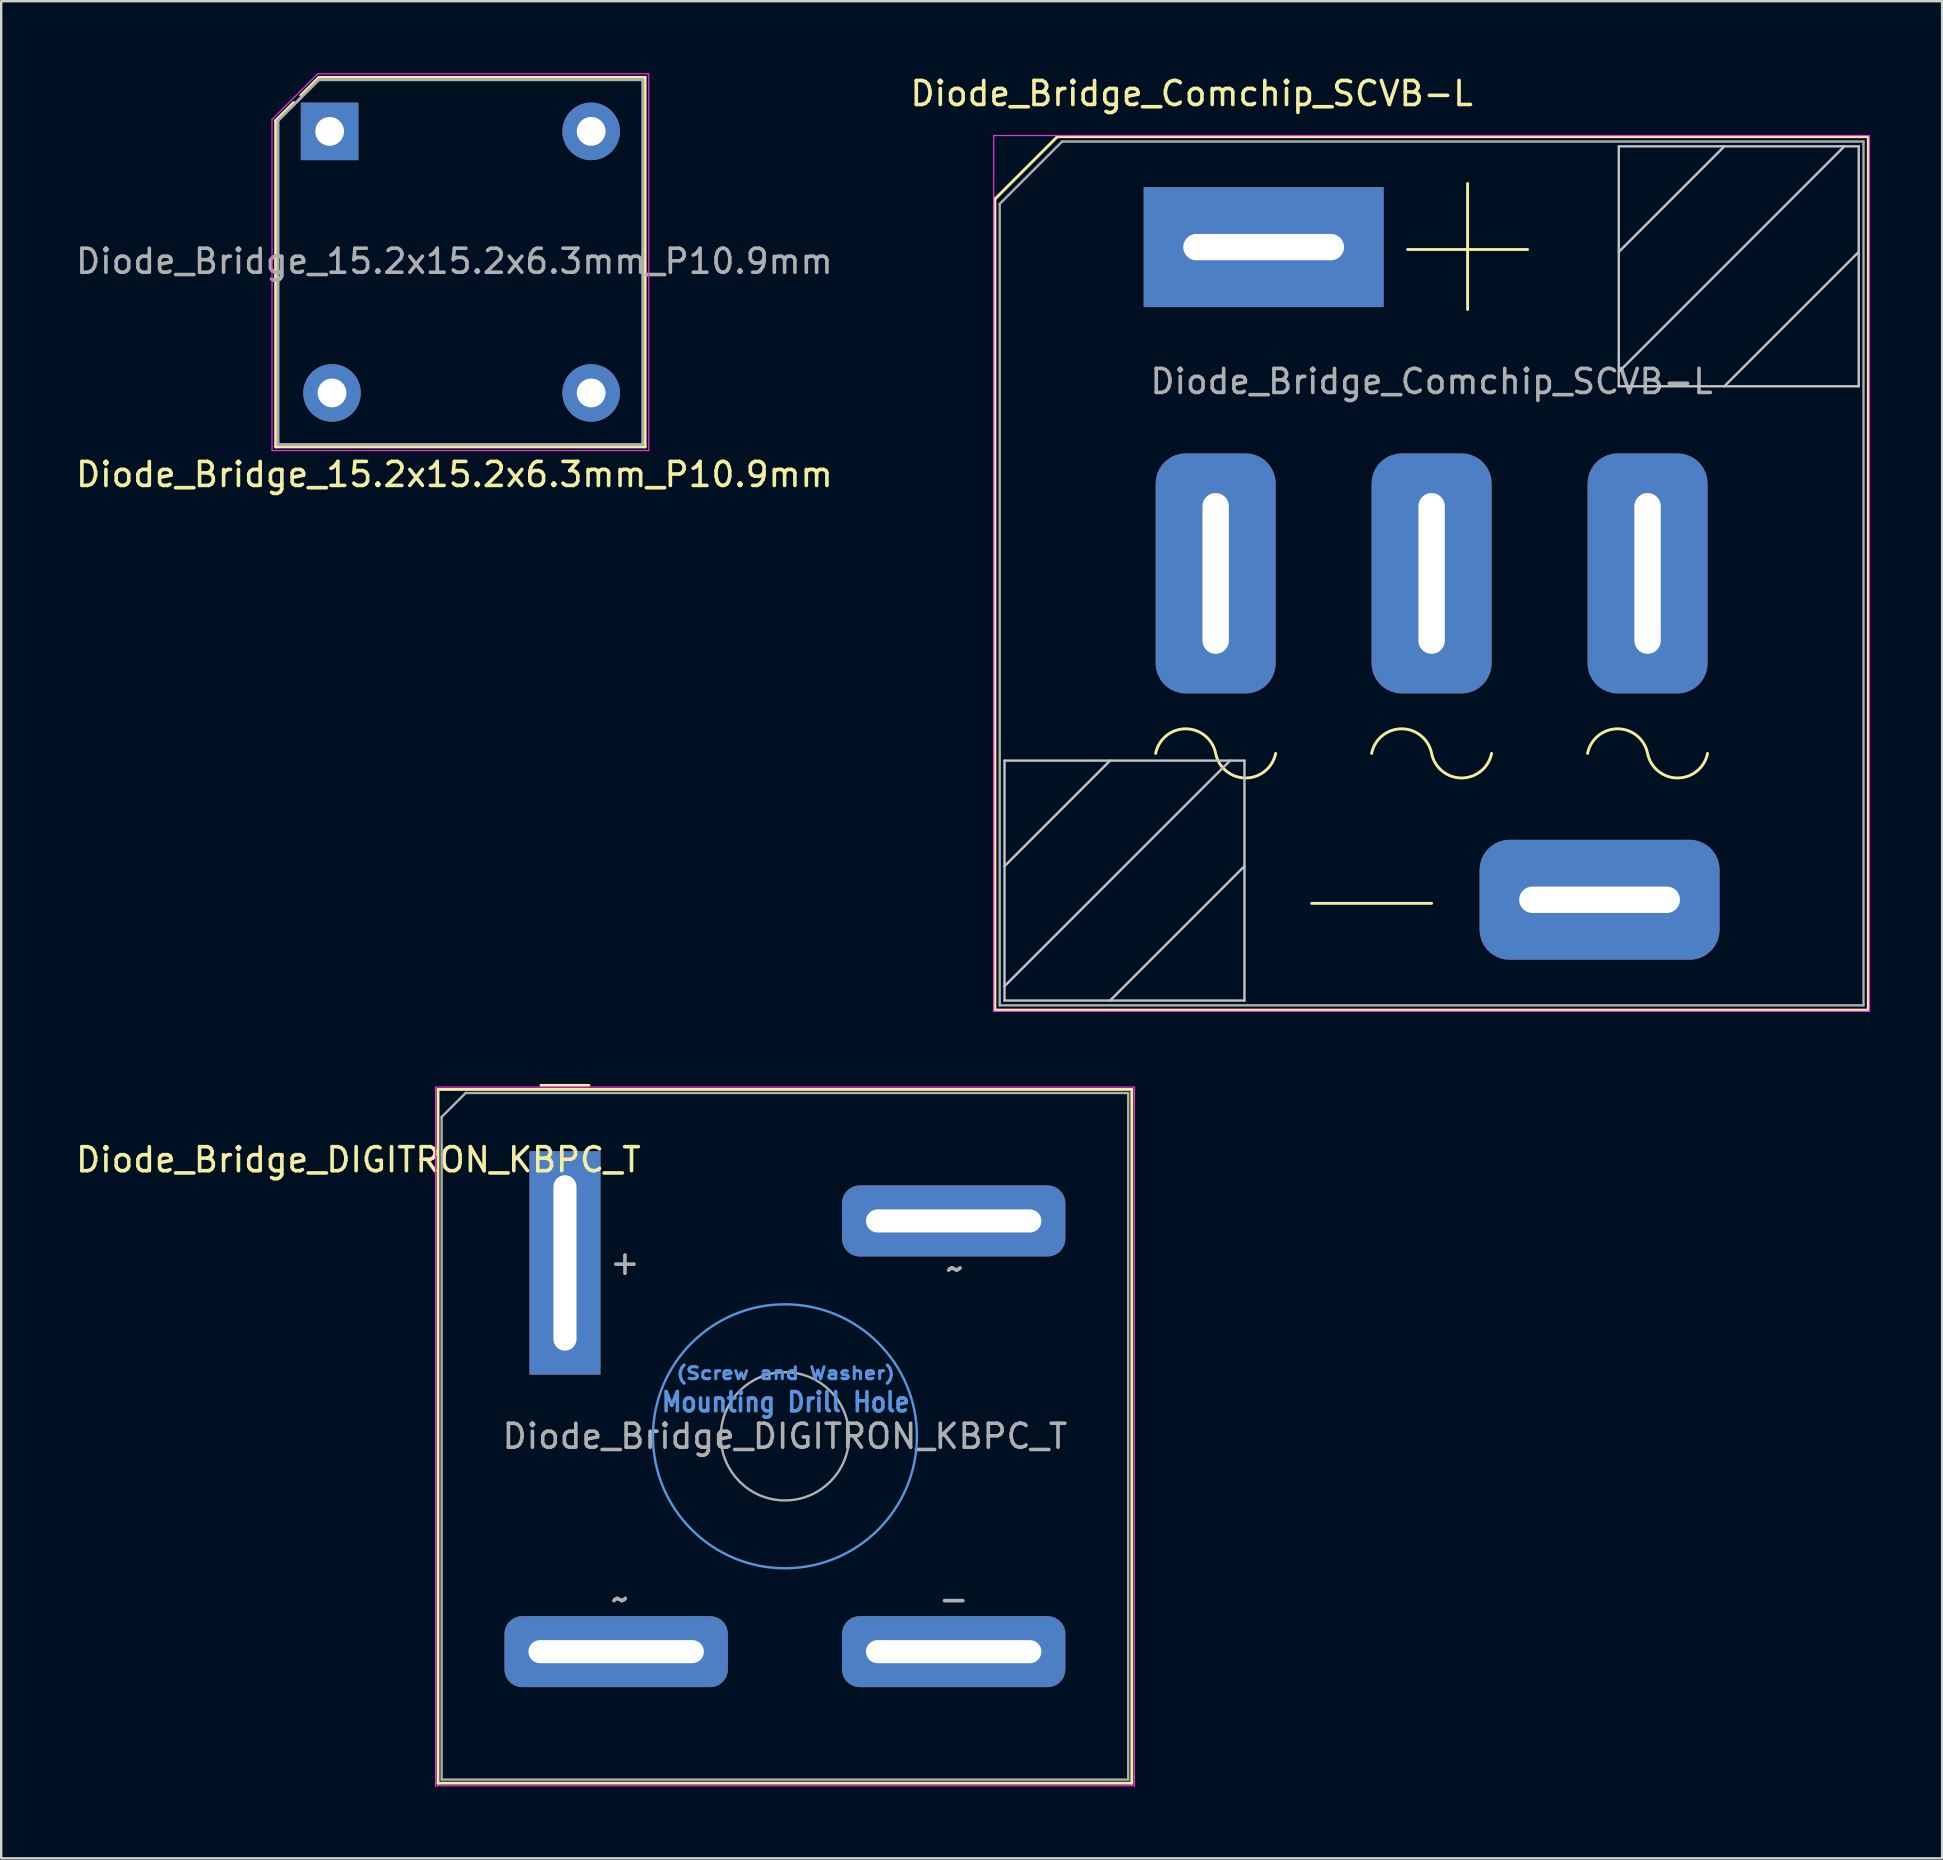
<source format=kicad_pcb>
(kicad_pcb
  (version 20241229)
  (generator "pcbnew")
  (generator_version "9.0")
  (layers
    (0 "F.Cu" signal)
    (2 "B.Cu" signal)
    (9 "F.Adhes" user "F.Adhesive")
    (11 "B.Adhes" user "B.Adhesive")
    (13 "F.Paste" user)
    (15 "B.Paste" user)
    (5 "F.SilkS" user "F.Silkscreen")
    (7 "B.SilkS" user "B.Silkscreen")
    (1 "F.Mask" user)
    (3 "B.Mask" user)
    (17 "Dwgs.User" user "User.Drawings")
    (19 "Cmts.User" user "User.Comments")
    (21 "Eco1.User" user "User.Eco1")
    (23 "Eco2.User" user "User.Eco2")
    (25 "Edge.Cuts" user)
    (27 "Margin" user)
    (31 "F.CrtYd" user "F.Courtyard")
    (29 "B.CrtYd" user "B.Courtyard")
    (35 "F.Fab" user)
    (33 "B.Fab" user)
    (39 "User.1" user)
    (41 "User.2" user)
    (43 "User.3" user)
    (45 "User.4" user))
  (footprint "Diode_Bridge_Comchip_SCVB-L"
    (layer "F.Cu")
    (at 49.613 7.248)
    (property "Reference" "Diode_Bridge_Comchip_SCVB-L" (at -3 -6.4 0) (layer "F.SilkS") (effects (font (size 1 1) (thickness 0.15))))
    (attr through_hole)
    (fp_line (start -11.2 -2) (end -11.2 31.8) (stroke (width 0.12) (type solid)) (layer "F.SilkS"))
    (fp_line (start -11.2 31.8) (end 25.2 31.8) (stroke (width 0.12) (type solid)) (layer "F.SilkS"))
    (fp_line (start -8.6 -4.6) (end -11.2 -2) (stroke (width 0.12) (type solid)) (layer "F.SilkS"))
    (fp_line (start 7 27.35) (end 2 27.35) (stroke (width 0.12) (type solid)) (layer "F.SilkS"))
    (fp_line (start 8.5 2.6) (end 8.5 -2.65) (stroke (width 0.12) (type solid)) (layer "F.SilkS"))
    (fp_line (start 11 0.1) (end 6 0.1) (stroke (width 0.12) (type solid)) (layer "F.SilkS"))
    (fp_line (start 25.2 -4.6) (end -8.6 -4.6) (stroke (width 0.12) (type solid)) (layer "F.SilkS"))
    (fp_line (start 25.2 -4.6) (end 25.2 31.8) (stroke (width 0.12) (type solid)) (layer "F.SilkS"))
    (fp_arc (start -4.499999 21.100001) (mid -3.250001 20.075246) (end -2.000001 21.099999) (stroke (width 0.12) (type solid)) (layer "F.SilkS"))
    (fp_arc (start 0.499999 21.099999) (mid -0.719674 22.124393) (end -1.986693 21.159174) (stroke (width 0.12) (type solid)) (layer "F.SilkS"))
    (fp_arc (start 4.500002 21.100002) (mid 5.75 20.075247) (end 7 21.1) (stroke (width 0.12) (type solid)) (layer "F.SilkS"))
    (fp_arc (start 9.5 21.1) (mid 8.280327 22.124394) (end 7.013308 21.159175) (stroke (width 0.12) (type solid)) (layer "F.SilkS"))
    (fp_arc (start 13.500002 21.100002) (mid 14.75 20.075247) (end 16 21.1) (stroke (width 0.12) (type solid)) (layer "F.SilkS"))
    (fp_arc (start 18.5 21.1) (mid 17.280327 22.124394) (end 16.013308 21.159175) (stroke (width 0.12) (type solid)) (layer "F.SilkS"))
    (fp_line (start -10.8 21.4) (end -0.8 21.4) (stroke (width 0.1) (type solid)) (layer "Dwgs.User"))
    (fp_line (start -10.8 25.8) (end -6.4 21.4) (stroke (width 0.1) (type solid)) (layer "Dwgs.User"))
    (fp_line (start -10.8 30.8) (end -1.4 21.4) (stroke (width 0.1) (type solid)) (layer "Dwgs.User"))
    (fp_line (start -10.8 31.4) (end -10.8 21.4) (stroke (width 0.1) (type solid)) (layer "Dwgs.User"))
    (fp_line (start -6.4 31.4) (end -0.8 25.8) (stroke (width 0.1) (type solid)) (layer "Dwgs.User"))
    (fp_line (start -0.8 21.4) (end -0.8 31.4) (stroke (width 0.1) (type solid)) (layer "Dwgs.User"))
    (fp_line (start -0.8 31.4) (end -10.8 31.4) (stroke (width 0.1) (type solid)) (layer "Dwgs.User"))
    (fp_line (start 14.8 -4.2) (end 24.8 -4.2) (stroke (width 0.1) (type solid)) (layer "Dwgs.User"))
    (fp_line (start 14.8 0.2) (end 19.2 -4.2) (stroke (width 0.1) (type solid)) (layer "Dwgs.User"))
    (fp_line (start 14.8 5.2) (end 24.2 -4.2) (stroke (width 0.1) (type solid)) (layer "Dwgs.User"))
    (fp_line (start 14.8 5.8) (end 14.8 -4.2) (stroke (width 0.1) (type solid)) (layer "Dwgs.User"))
    (fp_line (start 19.2 5.8) (end 24.8 0.2) (stroke (width 0.1) (type solid)) (layer "Dwgs.User"))
    (fp_line (start 24.8 -4.2) (end 24.8 5.8) (stroke (width 0.1) (type solid)) (layer "Dwgs.User"))
    (fp_line (start 24.8 5.8) (end 14.8 5.8) (stroke (width 0.1) (type solid)) (layer "Dwgs.User"))
    (fp_line (start -11.25 -4.65) (end 25.25 -4.65) (stroke (width 0.05) (type solid)) (layer "F.CrtYd"))
    (fp_line (start -11.25 31.85) (end -11.25 -4.65) (stroke (width 0.05) (type solid)) (layer "F.CrtYd"))
    (fp_line (start 25.25 -4.65) (end 25.25 31.85) (stroke (width 0.05) (type solid)) (layer "F.CrtYd"))
    (fp_line (start 25.25 31.85) (end -11.25 31.85) (stroke (width 0.05) (type solid)) (layer "F.CrtYd"))
    (fp_line (start -11 31.6) (end -11 -1.8) (stroke (width 0.1) (type solid)) (layer "F.Fab"))
    (fp_line (start -8.4 -4.4) (end -11 -1.8) (stroke (width 0.1) (type solid)) (layer "F.Fab"))
    (fp_line (start -8.4 -4.4) (end 25 -4.4) (stroke (width 0.1) (type solid)) (layer "F.Fab"))
    (fp_line (start 25 -4.4) (end 25 31.6) (stroke (width 0.1) (type solid)) (layer "F.Fab"))
    (fp_line (start 25 31.6) (end -11 31.6) (stroke (width 0.1) (type solid)) (layer "F.Fab"))
    (fp_text user "${REFERENCE}" (at 7 5.6 0) (layer "F.Fab") (effects (font (size 1 1) (thickness 0.15))))
    (pad "1" thru_hole rect (at 0 0) (size 10 5) (drill oval 6.7 1.1) (layers "*.Cu" "*.Mask"))
    (pad "2" thru_hole roundrect (at -2 13.6 90) (size 10 5) (drill oval 6.7 1.1) (layers "*.Cu" "*.Mask") (roundrect_rratio 0.25))
    (pad "3" thru_hole roundrect (at 7 13.6 90) (size 10 5) (drill oval 6.7 1.1) (layers "*.Cu" "*.Mask") (roundrect_rratio 0.25))
    (pad "4" thru_hole roundrect (at 16 13.6 90) (size 10 5) (drill oval 6.7 1.1) (layers "*.Cu" "*.Mask") (roundrect_rratio 0.25))
    (pad "5" thru_hole roundrect (at 14 27.2) (size 10 5) (drill oval 6.7 1.1) (layers "*.Cu" "*.Mask") (roundrect_rratio 0.25)))
  (footprint "Diode_Bridge_DIGITRON_KBPC_T"
    (layer "F.Cu")
    (at 20.495 49.583)
    (property "Reference" "Diode_Bridge_DIGITRON_KBPC_T" (at -8.608 -4.3 180) (layer "F.SilkS") (effects (font (size 1 1) (thickness 0.15))))
    (attr through_hole)
    (fp_line (start -5.29 -7.232) (end 23.624 -7.232) (stroke (width 0.12) (type solid)) (layer "F.SilkS"))
    (fp_line (start -5.29 21.682) (end -5.29 -7.232) (stroke (width 0.12) (type solid)) (layer "F.SilkS"))
    (fp_line (start -1 -7.4) (end 1 -7.4) (stroke (width 0.12) (type solid)) (layer "F.SilkS"))
    (fp_line (start 23.624 -7.232) (end 23.624 21.682) (stroke (width 0.12) (type solid)) (layer "F.SilkS"))
    (fp_line (start 23.624 21.682) (end -5.29 21.682) (stroke (width 0.12) (type solid)) (layer "F.SilkS"))
    (fp_circle (center 9.167 7.225) (end 14.667 7.225) (stroke (width 0.1) (type solid)) (fill no) (layer "Cmts.User"))
    (fp_line (start -5.39 -7.33) (end 23.73 -7.33) (stroke (width 0.05) (type solid)) (layer "F.CrtYd"))
    (fp_line (start -5.39 21.79) (end -5.39 -7.33) (stroke (width 0.05) (type solid)) (layer "F.CrtYd"))
    (fp_line (start 23.73 -7.33) (end 23.73 21.79) (stroke (width 0.05) (type solid)) (layer "F.CrtYd"))
    (fp_line (start 23.73 21.79) (end -5.39 21.79) (stroke (width 0.05) (type solid)) (layer "F.CrtYd"))
    (fp_line (start -5.14 21.532) (end -5.14 -6.082) (stroke (width 0.1) (type solid)) (layer "F.Fab"))
    (fp_line (start -5.14 21.532) (end 23.474 21.532) (stroke (width 0.1) (type solid)) (layer "F.Fab"))
    (fp_line (start -4.14 -7.082) (end -5.14 -6.082) (stroke (width 0.1) (type solid)) (layer "F.Fab"))
    (fp_line (start -4.14 -7.082) (end 23.474 -7.082) (stroke (width 0.1) (type solid)) (layer "F.Fab"))
    (fp_line (start 23.474 -7.082) (end 23.474 21.532) (stroke (width 0.1) (type solid)) (layer "F.Fab"))
    (fp_circle (center 9.167 7.225) (end 11.839 7.225) (stroke (width 0.1) (type solid)) (fill no) (layer "F.Fab"))
    (fp_text user "(Screw and Washer)" (at 9.2 4.6 0) (unlocked yes) (layer "Cmts.User") (effects (font (size 0.5 0.6) (thickness 0.125))))
    (fp_text user "Mounting Drill Hole" (at 9.2 5.8 0) (unlocked yes) (layer "Cmts.User") (effects (font (size 0.8 0.7) (thickness 0.15))))
    (fp_text user "-" (at 16.2 14 0) (unlocked yes) (layer "F.Fab") (effects (font (size 1 1) (thickness 0.15))))
    (fp_text user "+" (at 2.5 -0.025 0) (unlocked yes) (layer "F.Fab") (effects (font (size 1 1) (thickness 0.15))))
    (fp_text user "~" (at 2.3 14 0) (unlocked yes) (layer "F.Fab") (effects (font (size 1 1) (thickness 0.15))))
    (fp_text user "${REFERENCE}" (at 9.167 7.225 0) (layer "F.Fab") (effects (font (size 1 1) (thickness 0.15))))
    (fp_text user "~" (at 16.25 0.225 0) (unlocked yes) (layer "F.Fab") (effects (font (size 1 1) (thickness 0.15))))
    (pad "1" thru_hole rect (at 0 0 90) (size 9.31 2.96) (drill oval 7.31 0.96) (layers "*.Cu" "*.Mask"))
    (pad "2" thru_hole roundrect (at 16.2 -1.75) (size 9.31 2.96) (drill oval 7.31 0.96) (layers "*.Cu" "*.Mask") (roundrect_rratio 0.25))
    (pad "3" thru_hole roundrect (at 16.2 16.2) (size 9.31 2.96) (drill oval 7.31 0.96) (layers "*.Cu" "*.Mask") (roundrect_rratio 0.25))
    (pad "4" thru_hole roundrect (at 2.134 16.2) (size 9.31 2.96) (drill oval 7.31 0.96) (layers "*.Cu" "*.Mask") (roundrect_rratio 0.25)))
  (footprint "Diode_Bridge_15.2x15.2x6.3mm_P10.9mm"
    (layer "F.Cu")
    (at 10.687 2.425)
    (property "Reference" "Diode_Bridge_15.2x15.2x6.3mm_P10.9mm" (at 5.2 14.3 180) (layer "F.SilkS") (effects (font (size 1 1) (thickness 0.15))))
    (attr through_hole)
    (fp_line (start -2.25 -0.45) (end -1.5 -1.2) (stroke (width 0.12) (type solid)) (layer "F.SilkS"))
    (fp_line (start -2.25 13.15) (end -2.25 -0.45) (stroke (width 0.12) (type solid)) (layer "F.SilkS"))
    (fp_line (start -1.2 -1.5) (end -0.45 -2.25) (stroke (width 0.12) (type solid)) (layer "F.SilkS"))
    (fp_line (start -0.45 -2.25) (end 13.15 -2.25) (stroke (width 0.12) (type solid)) (layer "F.SilkS"))
    (fp_line (start 13.15 -2.25) (end 13.15 13.15) (stroke (width 0.12) (type solid)) (layer "F.SilkS"))
    (fp_line (start 13.15 13.15) (end -2.25 13.15) (stroke (width 0.12) (type solid)) (layer "F.SilkS"))
    (fp_line (start -2.4 -0.5) (end -0.5 -2.4) (stroke (width 0.05) (type solid)) (layer "F.CrtYd"))
    (fp_line (start -2.4 13.3) (end -2.4 -0.5) (stroke (width 0.05) (type solid)) (layer "F.CrtYd"))
    (fp_line (start -0.5 -2.4) (end 13.3 -2.4) (stroke (width 0.05) (type solid)) (layer "F.CrtYd"))
    (fp_line (start 13.3 -2.4) (end 13.3 13.3) (stroke (width 0.05) (type solid)) (layer "F.CrtYd"))
    (fp_line (start 13.3 13.3) (end -2.4 13.3) (stroke (width 0.05) (type solid)) (layer "F.CrtYd"))
    (fp_line (start -2.15 -0.45) (end -0.45 -2.15) (stroke (width 0.12) (type solid)) (layer "F.Fab"))
    (fp_line (start -2.15 13.05) (end -2.15 -0.45) (stroke (width 0.12) (type solid)) (layer "F.Fab"))
    (fp_line (start -0.45 -2.15) (end 13.05 -2.15) (stroke (width 0.12) (type solid)) (layer "F.Fab"))
    (fp_line (start 13.05 -2.15) (end 13.05 13.05) (stroke (width 0.12) (type solid)) (layer "F.Fab"))
    (fp_line (start 13.05 13.05) (end -2.15 13.05) (stroke (width 0.12) (type solid)) (layer "F.Fab"))
    (fp_text user "${REFERENCE}" (at 5.2 5.415 180) (layer "F.Fab") (effects (font (size 1 1) (thickness 0.15))))
    (pad "1" thru_hole rect (at 0 0 180) (size 2.4 2.4) (drill 1.2) (layers "*.Cu" "*.Mask"))
    (pad "2" thru_hole circle (at 0.1 10.9 180) (size 2.4 2.4) (drill 1.2) (layers "*.Cu" "*.Mask"))
    (pad "3" thru_hole circle (at 10.9 10.9 180) (size 2.4 2.4) (drill 1.2) (layers "*.Cu" "*.Mask"))
    (pad "4" thru_hole circle (at 10.9 0 180) (size 2.4 2.4) (drill 1.2) (layers "*.Cu" "*.Mask")))
  (gr_rect
    (start -3 -3)
    (end 77.888 74.398)
    (stroke (width 0.1) (type default))
    (fill no)
    (layer "Edge.Cuts")))
</source>
